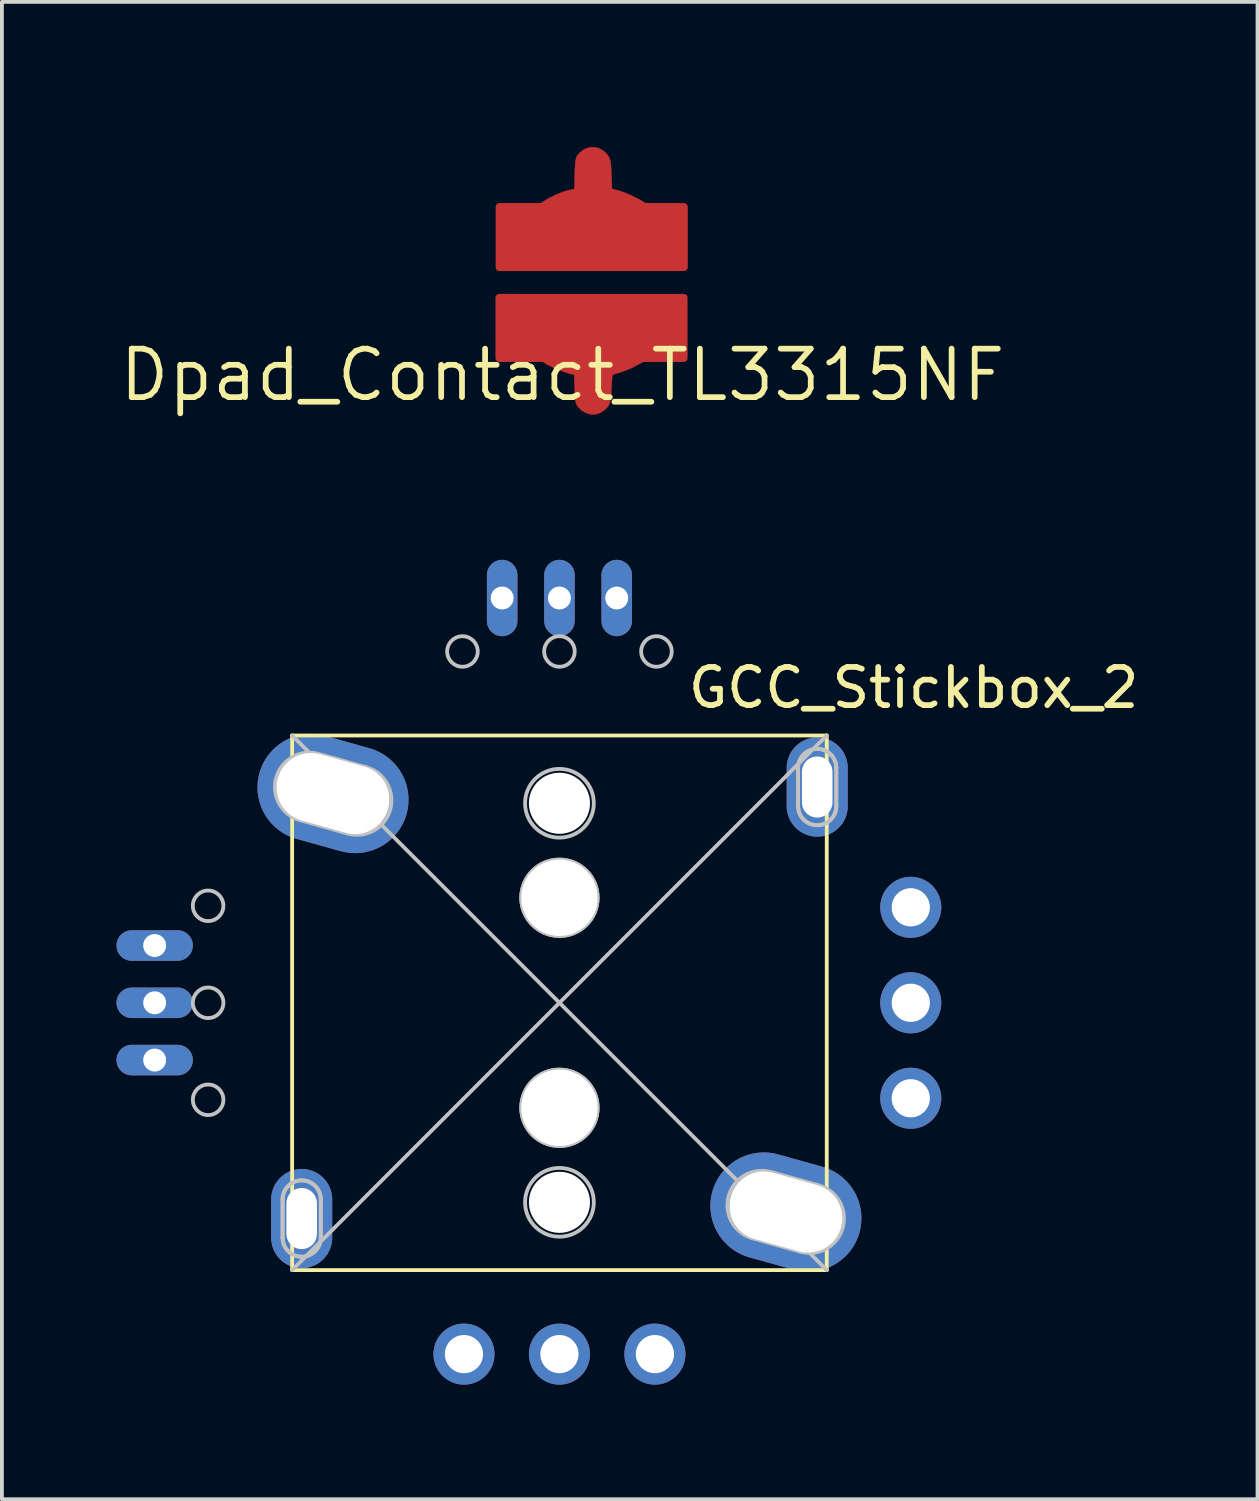
<source format=kicad_pcb>
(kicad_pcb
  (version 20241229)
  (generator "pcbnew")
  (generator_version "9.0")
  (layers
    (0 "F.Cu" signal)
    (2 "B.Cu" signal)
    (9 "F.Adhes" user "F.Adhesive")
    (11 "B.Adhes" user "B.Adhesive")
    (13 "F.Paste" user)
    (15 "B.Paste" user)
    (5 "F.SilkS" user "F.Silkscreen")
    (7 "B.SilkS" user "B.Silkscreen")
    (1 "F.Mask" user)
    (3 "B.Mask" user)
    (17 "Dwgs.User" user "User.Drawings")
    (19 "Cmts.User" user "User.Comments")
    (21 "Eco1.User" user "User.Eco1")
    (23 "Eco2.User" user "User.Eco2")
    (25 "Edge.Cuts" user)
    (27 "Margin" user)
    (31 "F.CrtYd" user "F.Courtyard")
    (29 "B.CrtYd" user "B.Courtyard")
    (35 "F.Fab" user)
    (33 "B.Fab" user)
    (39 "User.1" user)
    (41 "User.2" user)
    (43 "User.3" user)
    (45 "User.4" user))
  (footprint "Dpad_Contact_TL3315NF"
    (layer "F.Cu")
    (at 12.43 4.328)
    (property "Reference" "Dpad_Contact_TL3315NF" (at -0.751 2.442 0) (layer "F.SilkS") (effects (font (size 1.27 1.27) (thickness 0.15))))
    (attr through_hole)
    (fp_rect (start -2.405 0.42) (end 2.425 2) (stroke (width 0.2) (type solid)) (fill yes) (layer "F.Cu"))
    (fp_rect (start -2.4 -1.96) (end 2.43 -0.38) (stroke (width 0.2) (type solid)) (fill yes) (layer "F.Cu"))
    (fp_poly (pts (xy 0.211 -3.493) (xy 0.329 -3.424) (xy 0.4 -3.358) (xy 0.44 -3.308) (xy 0.471 -3.256) (xy 0.493 -3.195) (xy 0.51 -3.117) (xy 0.521 -3.016) (xy 0.529 -2.884) (xy 0.534 -2.774) (xy 0.546 -2.434) (xy 0.729 -2.384) (xy 0.868 -2.338) (xy 1.026 -2.272) (xy 1.189 -2.193) (xy 1.342 -2.109) (xy 1.471 -2.026) (xy 1.485 -2.016) (xy 1.739 -1.806) (xy 1.959 -1.57) (xy 2.146 -1.308) (xy 2.3 -1.019) (xy 2.373 -0.844) (xy 2.4 -0.767) (xy 2.429 -0.672) (xy 2.457 -0.571) (xy 2.482 -0.475) (xy 2.5 -0.395) (xy 2.508 -0.342) (xy 2.509 -0.336) (xy 2.501 -0.332) (xy 2.477 -0.328) (xy 2.434 -0.325) (xy 2.37 -0.322) (xy 2.284 -0.319) (xy 2.173 -0.317) (xy 2.037 -0.315) (xy 1.872 -0.313) (xy 1.677 -0.312) (xy 1.449 -0.311) (xy 1.188 -0.31) (xy 0.891 -0.31) (xy 0.556 -0.31) (xy 0.181 -0.309) (xy 0.043 -0.309) (xy -2.424 -0.309) (xy -2.414 -0.357) (xy -2.339 -0.658) (xy -2.249 -0.925) (xy -2.139 -1.165) (xy -2.006 -1.385) (xy -1.847 -1.593) (xy -1.705 -1.749) (xy -1.535 -1.903) (xy -1.34 -2.047) (xy -1.13 -2.175) (xy -0.914 -2.284) (xy -0.702 -2.366) (xy -0.511 -2.416) (xy -0.439 -2.43) (xy -0.429 -2.815) (xy -0.424 -2.966) (xy -0.417 -3.081) (xy -0.408 -3.169) (xy -0.393 -3.235) (xy -0.372 -3.286) (xy -0.341 -3.331) (xy -0.301 -3.375) (xy -0.282 -3.393) (xy -0.169 -3.475) (xy -0.045 -3.519) (xy 0.084 -3.524) (xy 0.211 -3.493)) (stroke (width 0.01) (type solid)) (fill yes) (layer "F.Cu"))
    (fp_poly (pts (xy 0.03 0.33) (xy 0.349 0.331) (xy 0.656 0.332) (xy 0.948 0.333) (xy 1.224 0.335) (xy 1.479 0.336) (xy 1.713 0.338) (xy 1.921 0.34) (xy 2.101 0.342) (xy 2.251 0.344) (xy 2.368 0.345) (xy 2.449 0.347) (xy 2.492 0.349) (xy 2.498 0.35) (xy 2.5 0.377) (xy 2.49 0.435) (xy 2.471 0.517) (xy 2.445 0.614) (xy 2.414 0.717) (xy 2.381 0.819) (xy 2.348 0.911) (xy 2.34 0.932) (xy 2.207 1.208) (xy 2.038 1.467) (xy 1.837 1.705) (xy 1.608 1.918) (xy 1.356 2.1) (xy 1.102 2.24) (xy 0.992 2.287) (xy 0.855 2.339) (xy 0.705 2.39) (xy 0.57 2.432) (xy 0.56 2.455) (xy 0.55 2.519) (xy 0.542 2.618) (xy 0.534 2.751) (xy 0.533 2.77) (xy 0.525 2.925) (xy 0.514 3.046) (xy 0.496 3.138) (xy 0.471 3.211) (xy 0.435 3.272) (xy 0.386 3.327) (xy 0.355 3.356) (xy 0.239 3.435) (xy 0.112 3.474) (xy -0.019 3.472) (xy -0.137 3.435) (xy -0.248 3.371) (xy -0.333 3.288) (xy -0.374 3.229) (xy -0.39 3.198) (xy -0.403 3.16) (xy -0.412 3.109) (xy -0.419 3.038) (xy -0.425 2.939) (xy -0.431 2.805) (xy -0.431 2.798) (xy -0.444 2.437) (xy -0.592 2.398) (xy -0.885 2.3) (xy -1.163 2.163) (xy -1.426 1.987) (xy -1.673 1.772) (xy -1.902 1.52) (xy -1.918 1.5) (xy -2.027 1.355) (xy -2.118 1.213) (xy -2.196 1.067) (xy -2.263 0.907) (xy -2.323 0.726) (xy -2.379 0.516) (xy -2.411 0.383) (xy -2.424 0.324) (xy 0.03 0.33)) (stroke (width 0.01) (type solid)) (fill yes) (layer "F.Cu"))
    (fp_poly (pts (xy 0.311 -4.3) (xy 0.514 -4.238) (xy 0.706 -4.14) (xy 0.88 -4.013) (xy 1.03 -3.861) (xy 1.148 -3.691) (xy 1.174 -3.642) (xy 1.223 -3.526) (xy 1.269 -3.382) (xy 1.309 -3.225) (xy 1.334 -3.098) (xy 1.343 -3.058) (xy 1.36 -3.027) (xy 1.393 -2.999) (xy 1.451 -2.966) (xy 1.511 -2.936) (xy 1.802 -2.767) (xy 2.081 -2.563) (xy 2.342 -2.328) (xy 2.579 -2.068) (xy 2.787 -1.788) (xy 2.858 -1.676) (xy 2.956 -1.501) (xy 3.04 -1.326) (xy 3.117 -1.134) (xy 3.157 -1.021) (xy 3.202 -0.886) (xy 3.236 -0.767) (xy 3.262 -0.657) (xy 3.28 -0.545) (xy 3.292 -0.424) (xy 3.299 -0.285) (xy 3.302 -0.118) (xy 3.303 0.019) (xy 3.302 0.177) (xy 3.301 0.3) (xy 3.299 0.397) (xy 3.294 0.474) (xy 3.286 0.541) (xy 3.275 0.604) (xy 3.259 0.671) (xy 3.242 0.738) (xy 3.125 1.114) (xy 2.975 1.463) (xy 2.792 1.785) (xy 2.576 2.08) (xy 2.328 2.349) (xy 2.046 2.591) (xy 1.732 2.806) (xy 1.558 2.906) (xy 1.475 2.951) (xy 1.408 2.989) (xy 1.364 3.014) (xy 1.35 3.022) (xy 1.343 3.045) (xy 1.329 3.1) (xy 1.312 3.176) (xy 1.304 3.218) (xy 1.237 3.45) (xy 1.14 3.654) (xy 1.01 3.833) (xy 0.847 3.987) (xy 0.82 4.008) (xy 0.619 4.134) (xy 0.407 4.222) (xy 0.187 4.269) (xy -0.037 4.276) (xy -0.222 4.251) (xy -0.421 4.187) (xy -0.611 4.088) (xy -0.784 3.958) (xy -0.936 3.804) (xy -1.06 3.63) (xy -1.151 3.442) (xy -1.173 3.374) (xy -1.197 3.284) (xy -1.217 3.193) (xy -1.227 3.137) (xy -1.24 3.037) (xy -1.424 2.938) (xy -1.647 2.809) (xy -1.844 2.675) (xy -2.031 2.526) (xy -2.22 2.351) (xy -2.255 2.316) (xy -2.505 2.043) (xy -2.715 1.758) (xy -2.889 1.458) (xy -3.028 1.137) (xy -3.136 0.792) (xy -3.167 0.662) (xy -3.185 0.58) (xy -3.197 0.504) (xy -3.206 0.426) (xy -3.212 0.336) (xy -3.215 0.226) (xy -3.216 0.088) (xy -3.217 -0.002) (xy -3.216 -0.16) (xy -3.214 -0.284) (xy -3.21 -0.383) (xy -3.203 -0.466) (xy -3.192 -0.542) (xy -3.178 -0.619) (xy -3.167 -0.667) (xy -3.066 -1.028) (xy -2.927 -1.372) (xy -2.754 -1.695) (xy -2.549 -1.996) (xy -2.312 -2.271) (xy -2.047 -2.518) (xy -1.754 -2.735) (xy -1.437 -2.919) (xy -1.429 -2.923) (xy -1.248 -3.014) (xy -1.223 -3.194) (xy -1.173 -3.418) (xy -1.088 -3.624) (xy -0.972 -3.809) (xy -0.829 -3.97) (xy -0.663 -4.105) (xy -0.478 -4.211) (xy -0.277 -4.284) (xy -0.065 -4.323) (xy 0.155 -4.323) (xy 0.311 -4.3)) (stroke (width 0.01) (type solid)) (fill yes) (layer "F.Mask")))
  (footprint "GCC_Stickbox_2"
    (layer "F.Cu")
    (at 11.6 23.21)
    (property "Reference" "GCC_Stickbox_2" (at 9.275 -8.25 0) (layer "F.SilkS") (effects (font (size 1 1) (thickness 0.15))))
    (attr through_hole)
    (fp_line (start -7 -7) (end -7 7) (stroke (width 0.1) (type solid)) (layer "F.SilkS"))
    (fp_line (start -7 -7) (end 7 -7) (stroke (width 0.1) (type solid)) (layer "F.SilkS"))
    (fp_line (start -7 7) (end 7 7) (stroke (width 0.1) (type solid)) (layer "F.SilkS"))
    (fp_line (start 7 -7) (end 7 7) (stroke (width 0.1) (type solid)) (layer "F.SilkS"))
    (fp_line (start -7.25 5.15) (end -7.25 6.15) (stroke (width 0.1) (type solid)) (layer "Dwgs.User"))
    (fp_line (start -7.25 5.15) (end -7.25 6.15) (stroke (width 0.1) (type solid)) (layer "Dwgs.User"))
    (fp_line (start -7 -7) (end 7 7) (stroke (width 0.1) (type solid)) (layer "Dwgs.User"))
    (fp_line (start -6.793 -4.783) (end -5.543 -4.433) (stroke (width 0.1) (type solid)) (layer "Dwgs.User"))
    (fp_line (start -6.25 5.15) (end -6.25 6.15) (stroke (width 0.1) (type solid)) (layer "Dwgs.User"))
    (fp_line (start -6.25 6.15) (end -6.25 5.15) (stroke (width 0.1) (type solid)) (layer "Dwgs.User"))
    (fp_line (start -5.057 -6.167) (end -6.307 -6.517) (stroke (width 0.1) (type solid)) (layer "Dwgs.User"))
    (fp_line (start 5.057 6.167) (end 6.307 6.517) (stroke (width 0.1) (type solid)) (layer "Dwgs.User"))
    (fp_line (start 6.25 -6.15) (end 6.25 -5.15) (stroke (width 0.1) (type solid)) (layer "Dwgs.User"))
    (fp_line (start 6.25 -6.15) (end 6.25 -5.15) (stroke (width 0.1) (type solid)) (layer "Dwgs.User"))
    (fp_line (start 6.793 4.783) (end 5.543 4.433) (stroke (width 0.1) (type solid)) (layer "Dwgs.User"))
    (fp_line (start 7 -7) (end -7 7) (stroke (width 0.1) (type solid)) (layer "Dwgs.User"))
    (fp_line (start 7.25 -6.15) (end 7.25 -5.15) (stroke (width 0.1) (type solid)) (layer "Dwgs.User"))
    (fp_line (start 7.25 -5.15) (end 7.25 -6.15) (stroke (width 0.1) (type solid)) (layer "Dwgs.User"))
    (fp_arc (start -7.25 5.15) (mid -6.75 4.65) (end -6.25 5.15) (stroke (width 0.1) (type solid)) (layer "Dwgs.User"))
    (fp_arc (start -7.25 5.15) (mid -6.75 4.65) (end -6.25 5.15) (stroke (width 0.1) (type solid)) (layer "Dwgs.User"))
    (fp_arc (start -6.792666 -4.783332) (mid -7.416668 -5.892666) (end -6.307334 -6.516668) (stroke (width 0.1) (type solid)) (layer "Dwgs.User"))
    (fp_arc (start -6.25 6.15) (mid -6.75 6.65) (end -7.25 6.15) (stroke (width 0.1) (type solid)) (layer "Dwgs.User"))
    (fp_arc (start -6.25 6.15) (mid -6.75 6.65) (end -7.25 6.15) (stroke (width 0.1) (type solid)) (layer "Dwgs.User"))
    (fp_arc (start -5.057333 -6.166667) (mid -4.433333 -5.057333) (end -5.542667 -4.433333) (stroke (width 0.1) (type solid)) (layer "Dwgs.User"))
    (fp_arc (start 5.057334 6.166668) (mid 4.433332 5.057334) (end 5.542666 4.433332) (stroke (width 0.1) (type solid)) (layer "Dwgs.User"))
    (fp_arc (start 6.25 -6.15) (mid 6.75 -6.65) (end 7.25 -6.15) (stroke (width 0.1) (type solid)) (layer "Dwgs.User"))
    (fp_arc (start 6.25 -6.15) (mid 6.75 -6.65) (end 7.25 -6.15) (stroke (width 0.1) (type solid)) (layer "Dwgs.User"))
    (fp_arc (start 6.792667 4.783333) (mid 7.416667 5.892667) (end 6.307333 6.516667) (stroke (width 0.1) (type solid)) (layer "Dwgs.User"))
    (fp_arc (start 7.25 -5.15) (mid 6.75 -4.65) (end 6.25 -5.15) (stroke (width 0.1) (type solid)) (layer "Dwgs.User"))
    (fp_arc (start 7.25 -5.15) (mid 6.75 -4.65) (end 6.25 -5.15) (stroke (width 0.1) (type solid)) (layer "Dwgs.User"))
    (fp_circle (center -9.2 -2.54) (end -8.8 -2.54) (stroke (width 0.1) (type solid)) (fill no) (layer "Dwgs.User"))
    (fp_circle (center -9.2 0) (end -8.8 0) (stroke (width 0.1) (type solid)) (fill no) (layer "Dwgs.User"))
    (fp_circle (center -9.2 2.54) (end -8.8 2.54) (stroke (width 0.1) (type solid)) (fill no) (layer "Dwgs.User"))
    (fp_circle (center -2.54 -9.2) (end -2.14 -9.2) (stroke (width 0.1) (type solid)) (fill no) (layer "Dwgs.User"))
    (fp_circle (center -2.54 9.2) (end -2.14 9.2) (stroke (width 0.1) (type solid)) (fill no) (layer "Dwgs.User"))
    (fp_circle (center -2.54 9.2) (end -2.14 9.2) (stroke (width 0.1) (type solid)) (fill no) (layer "Dwgs.User"))
    (fp_circle (center 0 -9.2) (end 0.4 -9.2) (stroke (width 0.1) (type solid)) (fill no) (layer "Dwgs.User"))
    (fp_circle (center 0 -5.225) (end 0.9 -5.225) (stroke (width 0.1) (type solid)) (fill no) (layer "Dwgs.User"))
    (fp_circle (center 0 -2.75) (end 1 -2.75) (stroke (width 0.1) (type solid)) (fill no) (layer "Dwgs.User"))
    (fp_circle (center 0 -2.75) (end 1 -2.75) (stroke (width 0.1) (type solid)) (fill no) (layer "Dwgs.User"))
    (fp_circle (center 0 2.75) (end 1 2.75) (stroke (width 0.1) (type solid)) (fill no) (layer "Dwgs.User"))
    (fp_circle (center 0 2.75) (end 1 2.75) (stroke (width 0.1) (type solid)) (fill no) (layer "Dwgs.User"))
    (fp_circle (center 0 5.225) (end 0.9 5.225) (stroke (width 0.1) (type solid)) (fill no) (layer "Dwgs.User"))
    (fp_circle (center 0 9.2) (end 0.4 9.2) (stroke (width 0.1) (type solid)) (fill no) (layer "Dwgs.User"))
    (fp_circle (center 0 9.2) (end 0.4 9.2) (stroke (width 0.1) (type solid)) (fill no) (layer "Dwgs.User"))
    (fp_circle (center 2.54 -9.2) (end 2.94 -9.2) (stroke (width 0.1) (type solid)) (fill no) (layer "Dwgs.User"))
    (fp_circle (center 2.54 9.2) (end 2.94 9.2) (stroke (width 0.1) (type solid)) (fill no) (layer "Dwgs.User"))
    (fp_circle (center 2.54 9.2) (end 2.94 9.2) (stroke (width 0.1) (type solid)) (fill no) (layer "Dwgs.User"))
    (fp_circle (center 9.2 -2.54) (end 9.6 -2.54) (stroke (width 0.1) (type solid)) (fill no) (layer "Dwgs.User"))
    (fp_circle (center 9.2 -2.54) (end 9.6 -2.54) (stroke (width 0.1) (type solid)) (fill no) (layer "Dwgs.User"))
    (fp_circle (center 9.2 0) (end 9.6 0) (stroke (width 0.1) (type solid)) (fill no) (layer "Dwgs.User"))
    (fp_circle (center 9.2 0) (end 9.6 0) (stroke (width 0.1) (type solid)) (fill no) (layer "Dwgs.User"))
    (fp_circle (center 9.2 2.54) (end 9.6 2.54) (stroke (width 0.1) (type solid)) (fill no) (layer "Dwgs.User"))
    (fp_circle (center 9.2 2.54) (end 9.6 2.54) (stroke (width 0.1) (type solid)) (fill no) (layer "Dwgs.User"))
    (pad "" thru_hole oval (at -6.75 5.65) (size 1.6 2.6) (drill oval 0.8 1.6) (layers "*.Cu" "*.Mask"))
    (pad "" thru_hole oval (at -5.93 -5.48 74.4) (size 2.8 4) (drill oval 1.8 3) (layers "*.Cu" "*.Mask"))
    (pad "" np_thru_hole circle (at 0 -5.225) (size 1.6 1.6) (drill 1.6) (layers "*.Cu" "*.Mask"))
    (pad "" np_thru_hole circle (at 0 -2.75) (size 2 2) (drill 2) (layers "*.Cu" "*.Mask"))
    (pad "" np_thru_hole circle (at 0 2.75) (size 2 2) (drill 2) (layers "*.Cu" "*.Mask"))
    (pad "" np_thru_hole circle (at 0 5.225) (size 1.6 1.6) (drill 1.6) (layers "*.Cu" "*.Mask"))
    (pad "" thru_hole oval (at 5.93 5.48 74.4) (size 2.8 4) (drill oval 1.8 3) (layers "*.Cu" "*.Mask"))
    (pad "" thru_hole oval (at 6.75 -5.65) (size 1.6 2.6) (drill oval 0.8 1.6) (layers "*.Cu" "*.Mask"))
    (pad "1" thru_hole oval (at 1.5 -10.6) (size 0.8 2) (drill 0.6) (layers "*.Cu" "*.Mask"))
    (pad "2" thru_hole oval (at 0 -10.6) (size 0.8 2) (drill 0.6) (layers "*.Cu" "*.Mask"))
    (pad "3" thru_hole oval (at -1.5 -10.6) (size 0.8 2) (drill 0.6) (layers "*.Cu" "*.Mask"))
    (pad "4" thru_hole oval (at -10.6 -1.5 90) (size 0.8 2) (drill 0.6) (layers "*.Cu" "*.Mask"))
    (pad "5" thru_hole oval (at -10.6 0 90) (size 0.8 2) (drill 0.6) (layers "*.Cu" "*.Mask"))
    (pad "6" thru_hole oval (at -10.6 1.5 90) (size 0.8 2) (drill 0.6) (layers "*.Cu" "*.Mask"))
    (pad "13" thru_hole circle (at -2.5 9.2) (size 1.6 1.6) (drill 1) (layers "*.Cu" "*.Mask"))
    (pad "14" thru_hole circle (at 0 9.2) (size 1.6 1.6) (drill 1) (layers "*.Cu" "*.Mask"))
    (pad "15" thru_hole circle (at 2.5 9.2) (size 1.6 1.6) (drill 1) (layers "*.Cu" "*.Mask"))
    (pad "16" thru_hole circle (at 9.2 2.5 270) (size 1.6 1.6) (drill 1) (layers "*.Cu" "*.Mask"))
    (pad "17" thru_hole circle (at 9.2 0 270) (size 1.6 1.6) (drill 1) (layers "*.Cu" "*.Mask"))
    (pad "18" thru_hole circle (at 9.2 -2.5 270) (size 1.6 1.6) (drill 1) (layers "*.Cu" "*.Mask")))
  (gr_rect
    (start -3 -3)
    (end 29.881 36.21)
    (stroke (width 0.1) (type default))
    (fill no)
    (layer "Edge.Cuts")))
</source>
